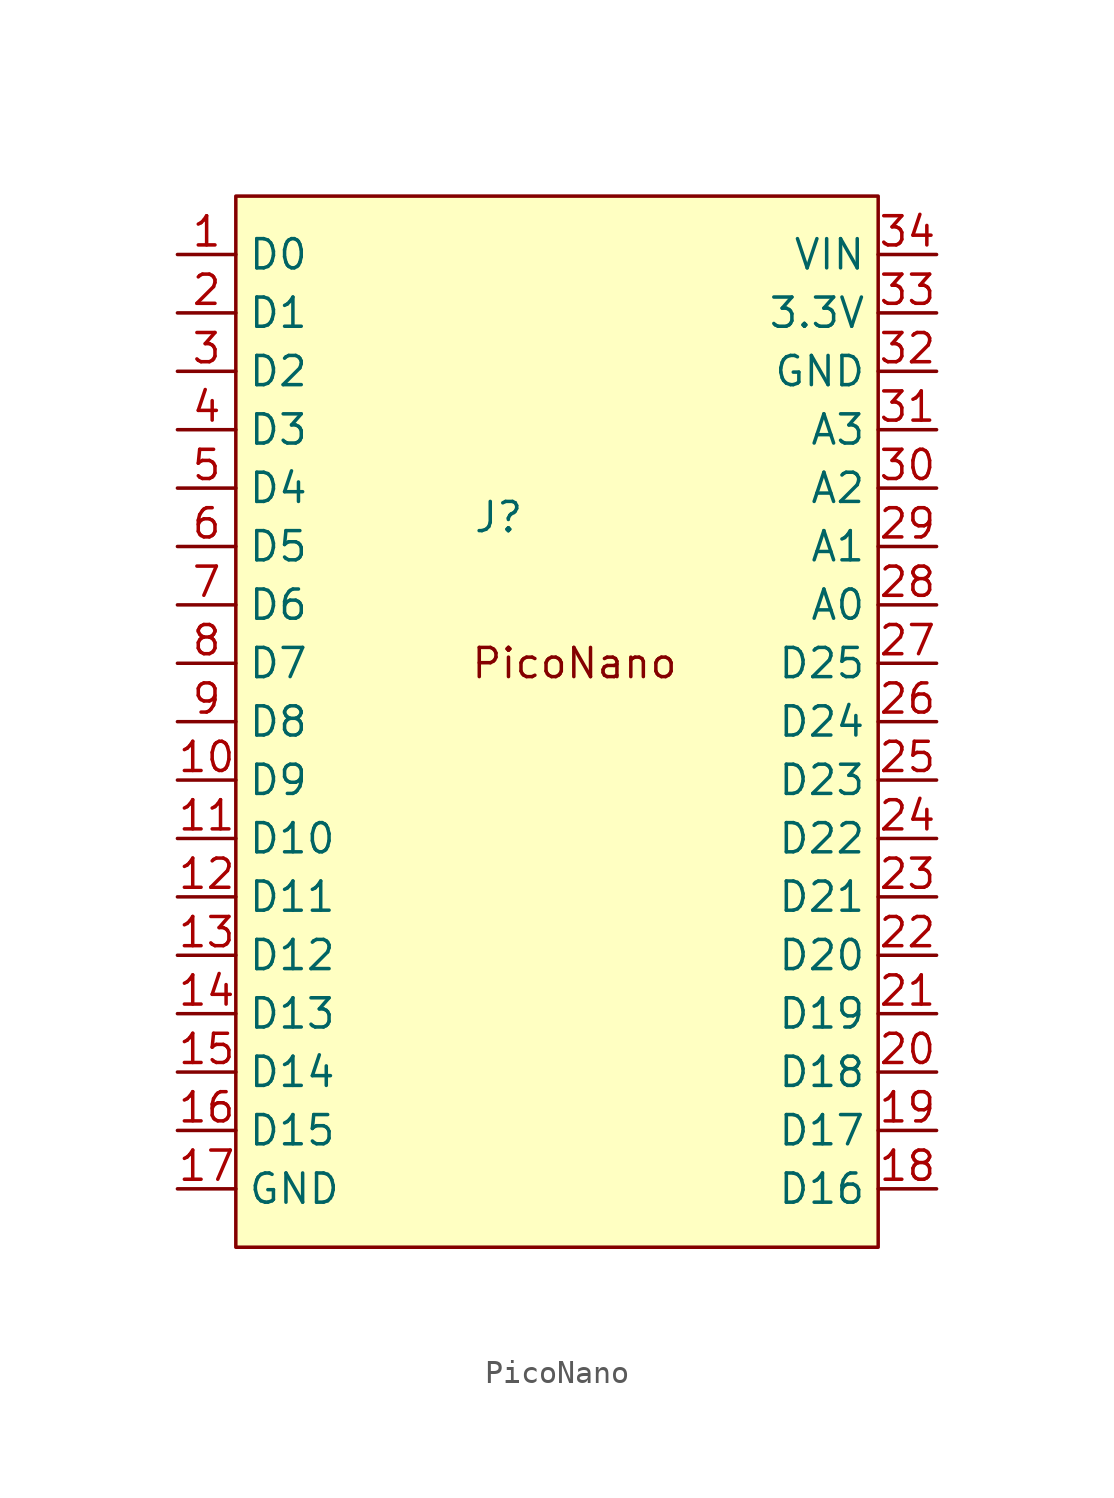
<source format=kicad_sym>
(kicad_symbol_lib
  (version 20241209)
  (generator "kicad_symbol_editor")
  (generator_version "9.0")
  (symbol "PicoNano"
    (property "Reference" "J"
      (at -2.54 8.89 0)
      (effects (font (size 1.27 1.27))))
    (property "Value" ""
      (at 0 0 0)
      (effects (font (size 1.27 1.27))))
    (symbol "PicoNano_1_1"
      (rectangle (start -13.97 22.86) (end 13.97 -22.86) (stroke (width 0) (type solid)) (fill (type color) (color 255 255 194 1)))
      (text "PicoNano" (at 0.762 2.54 0) (effects (font (size 1.27 1.27))))
      (pin bidirectional line (at -16.51 20.32 0) (length 2.54) (name "D0" (effects (font (size 1.27 1.27)))) (number "1" (effects (font (size 1.27 1.27)))))
      (pin bidirectional line (at -16.51 17.78 0) (length 2.54) (name "D1" (effects (font (size 1.27 1.27)))) (number "2" (effects (font (size 1.27 1.27)))))
      (pin bidirectional line (at -16.51 15.24 0) (length 2.54) (name "D2" (effects (font (size 1.27 1.27)))) (number "3" (effects (font (size 1.27 1.27)))))
      (pin bidirectional line (at -16.51 12.7 0) (length 2.54) (name "D3" (effects (font (size 1.27 1.27)))) (number "4" (effects (font (size 1.27 1.27)))))
      (pin bidirectional line (at -16.51 10.16 0) (length 2.54) (name "D4" (effects (font (size 1.27 1.27)))) (number "5" (effects (font (size 1.27 1.27)))))
      (pin bidirectional line (at -16.51 7.62 0) (length 2.54) (name "D5" (effects (font (size 1.27 1.27)))) (number "6" (effects (font (size 1.27 1.27)))))
      (pin bidirectional line (at -16.51 5.08 0) (length 2.54) (name "D6" (effects (font (size 1.27 1.27)))) (number "7" (effects (font (size 1.27 1.27)))))
      (pin bidirectional line (at -16.51 2.54 0) (length 2.54) (name "D7" (effects (font (size 1.27 1.27)))) (number "8" (effects (font (size 1.27 1.27)))))
      (pin bidirectional line (at -16.51 0 0) (length 2.54) (name "D8" (effects (font (size 1.27 1.27)))) (number "9" (effects (font (size 1.27 1.27)))))
      (pin bidirectional line (at -16.51 -2.54 0) (length 2.54) (name "D9" (effects (font (size 1.27 1.27)))) (number "10" (effects (font (size 1.27 1.27)))))
      (pin bidirectional line (at -16.51 -5.08 0) (length 2.54) (name "D10" (effects (font (size 1.27 1.27)))) (number "11" (effects (font (size 1.27 1.27)))))
      (pin bidirectional line (at -16.51 -7.62 0) (length 2.54) (name "D11" (effects (font (size 1.27 1.27)))) (number "12" (effects (font (size 1.27 1.27)))))
      (pin bidirectional line (at -16.51 -10.16 0) (length 2.54) (name "D12" (effects (font (size 1.27 1.27)))) (number "13" (effects (font (size 1.27 1.27)))))
      (pin bidirectional line (at -16.51 -12.7 0) (length 2.54) (name "D13" (effects (font (size 1.27 1.27)))) (number "14" (effects (font (size 1.27 1.27)))))
      (pin bidirectional line (at -16.51 -15.24 0) (length 2.54) (name "D14" (effects (font (size 1.27 1.27)))) (number "15" (effects (font (size 1.27 1.27)))))
      (pin bidirectional line (at -16.51 -17.78 0) (length 2.54) (name "D15" (effects (font (size 1.27 1.27)))) (number "16" (effects (font (size 1.27 1.27)))))
      (pin power_out line (at -16.51 -20.32 0) (length 2.54) (name "GND" (effects (font (size 1.27 1.27)))) (number "17" (effects (font (size 1.27 1.27)))))
      (pin power_out line (at 16.51 20.32 180) (length 2.54) (name "VIN" (effects (font (size 1.27 1.27)))) (number "34" (effects (font (size 1.27 1.27)))))
      (pin power_out line (at 16.51 17.78 180) (length 2.54) (name "3.3V" (effects (font (size 1.27 1.27)))) (number "33" (effects (font (size 1.27 1.27)))))
      (pin power_out line (at 16.51 15.24 180) (length 2.54) (name "GND" (effects (font (size 1.27 1.27)))) (number "32" (effects (font (size 1.27 1.27)))))
      (pin bidirectional line (at 16.51 12.7 180) (length 2.54) (name "A3" (effects (font (size 1.27 1.27)))) (number "31" (effects (font (size 1.27 1.27)))))
      (pin bidirectional line (at 16.51 10.16 180) (length 2.54) (name "A2" (effects (font (size 1.27 1.27)))) (number "30" (effects (font (size 1.27 1.27)))))
      (pin bidirectional line (at 16.51 7.62 180) (length 2.54) (name "A1" (effects (font (size 1.27 1.27)))) (number "29" (effects (font (size 1.27 1.27)))))
      (pin bidirectional line (at 16.51 5.08 180) (length 2.54) (name "A0" (effects (font (size 1.27 1.27)))) (number "28" (effects (font (size 1.27 1.27)))))
      (pin bidirectional line (at 16.51 2.54 180) (length 2.54) (name "D25" (effects (font (size 1.27 1.27)))) (number "27" (effects (font (size 1.27 1.27)))))
      (pin bidirectional line (at 16.51 0 180) (length 2.54) (name "D24" (effects (font (size 1.27 1.27)))) (number "26" (effects (font (size 1.27 1.27)))))
      (pin bidirectional line (at 16.51 -2.54 180) (length 2.54) (name "D23" (effects (font (size 1.27 1.27)))) (number "25" (effects (font (size 1.27 1.27)))))
      (pin bidirectional line (at 16.51 -5.08 180) (length 2.54) (name "D22" (effects (font (size 1.27 1.27)))) (number "24" (effects (font (size 1.27 1.27)))))
      (pin bidirectional line (at 16.51 -7.62 180) (length 2.54) (name "D21" (effects (font (size 1.27 1.27)))) (number "23" (effects (font (size 1.27 1.27)))))
      (pin bidirectional line (at 16.51 -10.16 180) (length 2.54) (name "D20" (effects (font (size 1.27 1.27)))) (number "22" (effects (font (size 1.27 1.27)))))
      (pin bidirectional line (at 16.51 -12.7 180) (length 2.54) (name "D19" (effects (font (size 1.27 1.27)))) (number "21" (effects (font (size 1.27 1.27)))))
      (pin bidirectional line (at 16.51 -15.24 180) (length 2.54) (name "D18" (effects (font (size 1.27 1.27)))) (number "20" (effects (font (size 1.27 1.27)))))
      (pin bidirectional line (at 16.51 -17.78 180) (length 2.54) (name "D17" (effects (font (size 1.27 1.27)))) (number "19" (effects (font (size 1.27 1.27)))))
      (pin bidirectional line (at 16.51 -20.32 180) (length 2.54) (name "D16" (effects (font (size 1.27 1.27)))) (number "18" (effects (font (size 1.27 1.27))))))))
</source>
